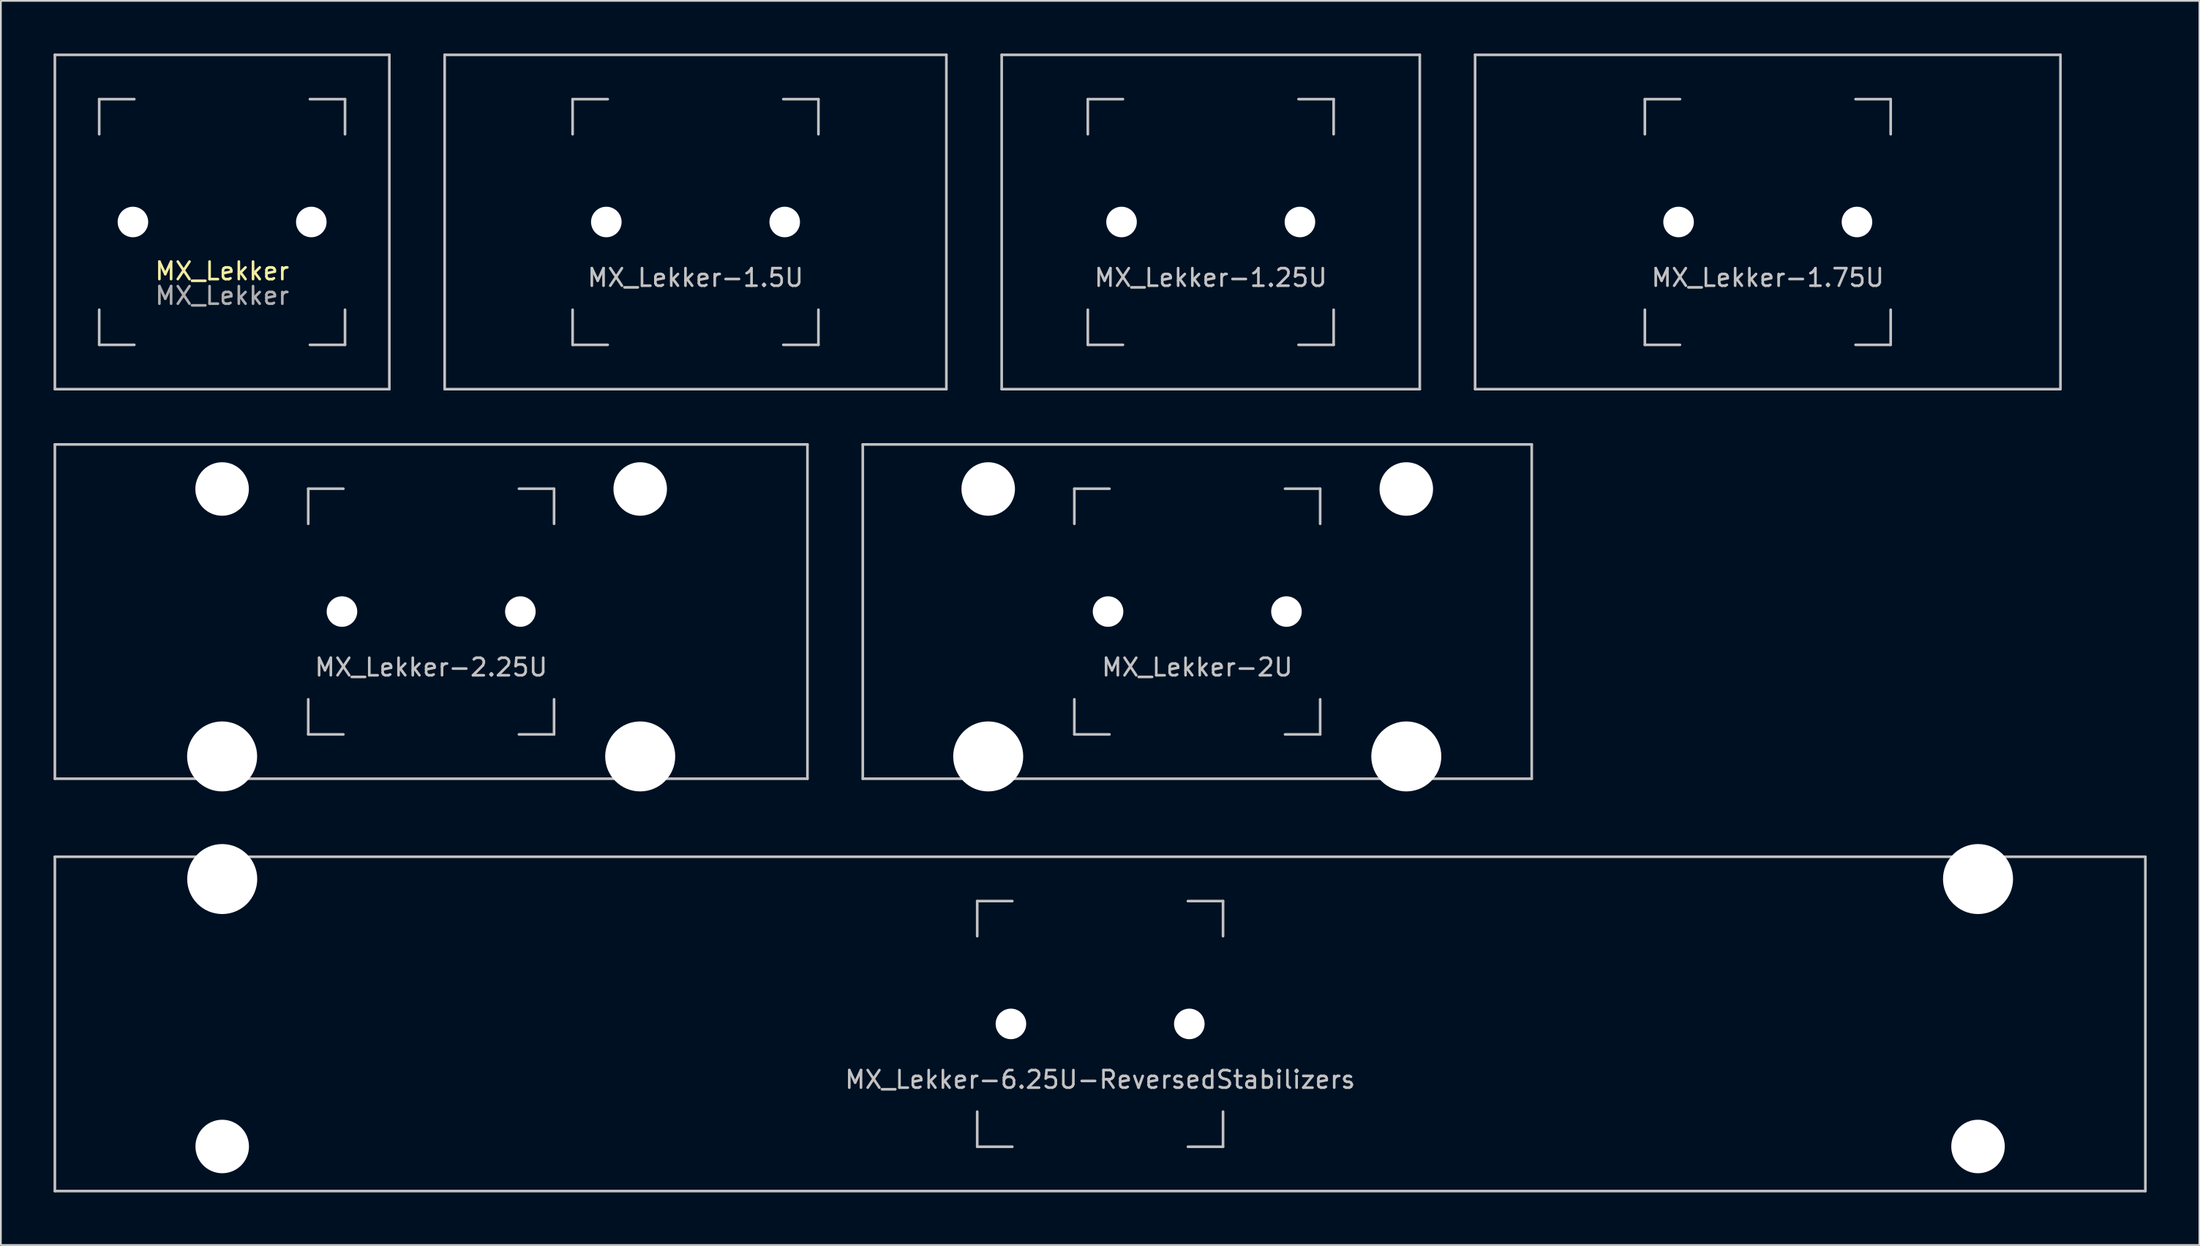
<source format=kicad_pcb>
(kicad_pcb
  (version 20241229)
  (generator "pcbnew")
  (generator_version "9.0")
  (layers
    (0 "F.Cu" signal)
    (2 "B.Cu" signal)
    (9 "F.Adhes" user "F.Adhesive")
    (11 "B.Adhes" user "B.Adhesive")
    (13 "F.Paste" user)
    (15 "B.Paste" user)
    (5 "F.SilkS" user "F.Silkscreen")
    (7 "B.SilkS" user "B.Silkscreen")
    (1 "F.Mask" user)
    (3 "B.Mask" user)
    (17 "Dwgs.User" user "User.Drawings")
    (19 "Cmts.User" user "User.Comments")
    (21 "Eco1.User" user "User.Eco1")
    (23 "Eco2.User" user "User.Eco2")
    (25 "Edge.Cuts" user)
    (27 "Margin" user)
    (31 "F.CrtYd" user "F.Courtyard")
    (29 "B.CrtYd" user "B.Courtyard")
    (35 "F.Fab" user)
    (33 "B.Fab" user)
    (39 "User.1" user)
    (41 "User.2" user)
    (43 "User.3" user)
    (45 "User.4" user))
  (footprint "MX_Lekker"
    (layer "F.Cu")
    (at 9.6 9.6)
    (property "Reference" "MX_Lekker" (at 0 2.8 0) (unlocked yes) (layer "F.SilkS") (effects (font (size 1 1) (thickness 0.15))))
    (fp_line (start -9.525 -9.525) (end 9.525 -9.525) (stroke (width 0.15) (type solid)) (layer "Dwgs.User"))
    (fp_line (start -9.525 9.525) (end -9.525 -9.525) (stroke (width 0.15) (type solid)) (layer "Dwgs.User"))
    (fp_line (start -7 -7) (end -7 -5) (stroke (width 0.15) (type solid)) (layer "Dwgs.User"))
    (fp_line (start -7 5) (end -7 7) (stroke (width 0.15) (type solid)) (layer "Dwgs.User"))
    (fp_line (start -7 7) (end -5 7) (stroke (width 0.15) (type solid)) (layer "Dwgs.User"))
    (fp_line (start -5 -7) (end -7 -7) (stroke (width 0.15) (type solid)) (layer "Dwgs.User"))
    (fp_line (start 5 -7) (end 7 -7) (stroke (width 0.15) (type solid)) (layer "Dwgs.User"))
    (fp_line (start 5 7) (end 7 7) (stroke (width 0.15) (type solid)) (layer "Dwgs.User"))
    (fp_line (start 7 -7) (end 7 -5) (stroke (width 0.15) (type solid)) (layer "Dwgs.User"))
    (fp_line (start 7 7) (end 7 5) (stroke (width 0.15) (type solid)) (layer "Dwgs.User"))
    (fp_line (start 9.525 -9.525) (end 9.525 9.525) (stroke (width 0.15) (type solid)) (layer "Dwgs.User"))
    (fp_line (start 9.525 9.525) (end -9.525 9.525) (stroke (width 0.15) (type solid)) (layer "Dwgs.User"))
    (fp_text user "${REFERENCE}" (at 0 4.2 0) (unlocked yes) (layer "F.Fab") (effects (font (size 1 1) (thickness 0.15))))
    (pad "" np_thru_hole circle (at -5.08 0 48.099) (size 1.74 1.74) (drill 1.74) (layers "*.Cu" "*.Mask"))
    (pad "" np_thru_hole circle (at 5.08 0 48.099) (size 1.74 1.74) (drill 1.74) (layers "*.Cu" "*.Mask")))
  (footprint "MX_Lekker-1.25U"
    (layer "F.Cu")
    (at 65.906 9.6)
    (property "Reference" "MX_Lekker-1.25U" (at 0 3.175 0) (layer "Dwgs.User") (effects (font (size 1 1) (thickness 0.15))))
    (attr through_hole)
    (fp_line (start -11.906 -9.525) (end 11.906 -9.525) (stroke (width 0.15) (type solid)) (layer "Dwgs.User"))
    (fp_line (start -11.906 9.525) (end -11.906 -9.525) (stroke (width 0.15) (type solid)) (layer "Dwgs.User"))
    (fp_line (start -11.906 9.525) (end 11.906 9.525) (stroke (width 0.15) (type solid)) (layer "Dwgs.User"))
    (fp_line (start -7 -7) (end -7 -5) (stroke (width 0.15) (type solid)) (layer "Dwgs.User"))
    (fp_line (start -7 5) (end -7 7) (stroke (width 0.15) (type solid)) (layer "Dwgs.User"))
    (fp_line (start -7 7) (end -5 7) (stroke (width 0.15) (type solid)) (layer "Dwgs.User"))
    (fp_line (start -5 -7) (end -7 -7) (stroke (width 0.15) (type solid)) (layer "Dwgs.User"))
    (fp_line (start 5 -7) (end 7 -7) (stroke (width 0.15) (type solid)) (layer "Dwgs.User"))
    (fp_line (start 5 7) (end 7 7) (stroke (width 0.15) (type solid)) (layer "Dwgs.User"))
    (fp_line (start 7 -7) (end 7 -5) (stroke (width 0.15) (type solid)) (layer "Dwgs.User"))
    (fp_line (start 7 7) (end 7 5) (stroke (width 0.15) (type solid)) (layer "Dwgs.User"))
    (fp_line (start 11.906 -9.525) (end 11.906 9.525) (stroke (width 0.15) (type solid)) (layer "Dwgs.User"))
    (pad "" np_thru_hole circle (at -5.08 0 48.099) (size 1.74 1.74) (drill 1.74) (layers "*.Cu" "*.Mask"))
    (pad "" np_thru_hole circle (at 5.08 0 48.099) (size 1.74 1.74) (drill 1.74) (layers "*.Cu" "*.Mask")))
  (footprint "MX_Lekker-6.25U-ReversedStabilizers"
    (layer "F.Cu")
    (at 59.606 55.298)
    (property "Reference" "MX_Lekker-6.25U-ReversedStabilizers" (at 0 3.175 0) (layer "Dwgs.User") (effects (font (size 1 1) (thickness 0.15))))
    (attr through_hole)
    (fp_line (start -59.531 -9.525) (end 59.531 -9.525) (stroke (width 0.15) (type solid)) (layer "Dwgs.User"))
    (fp_line (start -59.531 9.525) (end -59.531 -9.525) (stroke (width 0.15) (type solid)) (layer "Dwgs.User"))
    (fp_line (start -59.531 9.525) (end 59.531 9.525) (stroke (width 0.15) (type solid)) (layer "Dwgs.User"))
    (fp_line (start -7 -7) (end -7 -5) (stroke (width 0.15) (type solid)) (layer "Dwgs.User"))
    (fp_line (start -7 5) (end -7 7) (stroke (width 0.15) (type solid)) (layer "Dwgs.User"))
    (fp_line (start -7 7) (end -5 7) (stroke (width 0.15) (type solid)) (layer "Dwgs.User"))
    (fp_line (start -5 -7) (end -7 -7) (stroke (width 0.15) (type solid)) (layer "Dwgs.User"))
    (fp_line (start 5 -7) (end 7 -7) (stroke (width 0.15) (type solid)) (layer "Dwgs.User"))
    (fp_line (start 5 7) (end 7 7) (stroke (width 0.15) (type solid)) (layer "Dwgs.User"))
    (fp_line (start 7 -7) (end 7 -5) (stroke (width 0.15) (type solid)) (layer "Dwgs.User"))
    (fp_line (start 7 7) (end 7 5) (stroke (width 0.15) (type solid)) (layer "Dwgs.User"))
    (fp_line (start 59.531 -9.525) (end 59.531 9.525) (stroke (width 0.15) (type solid)) (layer "Dwgs.User"))
    (pad "" np_thru_hole circle (at -50 -8.255) (size 3.988 3.988) (drill 3.988) (layers "*.Cu" "*.Mask"))
    (pad "" np_thru_hole circle (at -50 6.985) (size 3.048 3.048) (drill 3.048) (layers "*.Cu" "*.Mask"))
    (pad "" np_thru_hole circle (at -5.08 0 48.099) (size 1.74 1.74) (drill 1.74) (layers "*.Cu" "*.Mask"))
    (pad "" np_thru_hole circle (at 5.08 0 48.099) (size 1.74 1.74) (drill 1.74) (layers "*.Cu" "*.Mask"))
    (pad "" np_thru_hole circle (at 50 -8.255) (size 3.988 3.988) (drill 3.988) (layers "*.Cu" "*.Mask"))
    (pad "" np_thru_hole circle (at 50 6.985) (size 3.048 3.048) (drill 3.048) (layers "*.Cu" "*.Mask")))
  (footprint "MX_Lekker-2U"
    (layer "F.Cu")
    (at 65.138 31.8)
    (property "Reference" "MX_Lekker-2U" (at 0 3.175 0) (layer "Dwgs.User") (effects (font (size 1 1) (thickness 0.15))))
    (attr through_hole)
    (fp_line (start -19.05 -9.525) (end 19.05 -9.525) (stroke (width 0.15) (type solid)) (layer "Dwgs.User"))
    (fp_line (start -19.05 9.525) (end -19.05 -9.525) (stroke (width 0.15) (type solid)) (layer "Dwgs.User"))
    (fp_line (start -19.05 9.525) (end 19.05 9.525) (stroke (width 0.15) (type solid)) (layer "Dwgs.User"))
    (fp_line (start -7 -7) (end -7 -5) (stroke (width 0.15) (type solid)) (layer "Dwgs.User"))
    (fp_line (start -7 5) (end -7 7) (stroke (width 0.15) (type solid)) (layer "Dwgs.User"))
    (fp_line (start -7 7) (end -5 7) (stroke (width 0.15) (type solid)) (layer "Dwgs.User"))
    (fp_line (start -5 -7) (end -7 -7) (stroke (width 0.15) (type solid)) (layer "Dwgs.User"))
    (fp_line (start 5 -7) (end 7 -7) (stroke (width 0.15) (type solid)) (layer "Dwgs.User"))
    (fp_line (start 5 7) (end 7 7) (stroke (width 0.15) (type solid)) (layer "Dwgs.User"))
    (fp_line (start 7 -7) (end 7 -5) (stroke (width 0.15) (type solid)) (layer "Dwgs.User"))
    (fp_line (start 7 7) (end 7 5) (stroke (width 0.15) (type solid)) (layer "Dwgs.User"))
    (fp_line (start 19.05 -9.525) (end 19.05 9.525) (stroke (width 0.15) (type solid)) (layer "Dwgs.User"))
    (pad "" np_thru_hole circle (at -11.906 -6.985) (size 3.048 3.048) (drill 3.048) (layers "*.Cu" "*.Mask"))
    (pad "" np_thru_hole circle (at -11.906 8.255) (size 3.988 3.988) (drill 3.988) (layers "*.Cu" "*.Mask"))
    (pad "" np_thru_hole circle (at -5.08 0 48.099) (size 1.74 1.74) (drill 1.74) (layers "*.Cu" "*.Mask"))
    (pad "" np_thru_hole circle (at 5.08 0 48.099) (size 1.74 1.74) (drill 1.74) (layers "*.Cu" "*.Mask"))
    (pad "" np_thru_hole circle (at 11.906 -6.985) (size 3.048 3.048) (drill 3.048) (layers "*.Cu" "*.Mask"))
    (pad "" np_thru_hole circle (at 11.906 8.255) (size 3.988 3.988) (drill 3.988) (layers "*.Cu" "*.Mask")))
  (footprint "MX_Lekker-1.75U"
    (layer "F.Cu")
    (at 97.631 9.6)
    (property "Reference" "MX_Lekker-1.75U" (at 0 3.175 0) (layer "Dwgs.User") (effects (font (size 1 1) (thickness 0.15))))
    (attr through_hole)
    (fp_line (start -16.669 -9.525) (end 16.669 -9.525) (stroke (width 0.15) (type solid)) (layer "Dwgs.User"))
    (fp_line (start -16.669 9.525) (end -16.669 -9.525) (stroke (width 0.15) (type solid)) (layer "Dwgs.User"))
    (fp_line (start -16.669 9.525) (end 16.669 9.525) (stroke (width 0.15) (type solid)) (layer "Dwgs.User"))
    (fp_line (start -7 -7) (end -7 -5) (stroke (width 0.15) (type solid)) (layer "Dwgs.User"))
    (fp_line (start -7 5) (end -7 7) (stroke (width 0.15) (type solid)) (layer "Dwgs.User"))
    (fp_line (start -7 7) (end -5 7) (stroke (width 0.15) (type solid)) (layer "Dwgs.User"))
    (fp_line (start -5 -7) (end -7 -7) (stroke (width 0.15) (type solid)) (layer "Dwgs.User"))
    (fp_line (start 5 -7) (end 7 -7) (stroke (width 0.15) (type solid)) (layer "Dwgs.User"))
    (fp_line (start 5 7) (end 7 7) (stroke (width 0.15) (type solid)) (layer "Dwgs.User"))
    (fp_line (start 7 -7) (end 7 -5) (stroke (width 0.15) (type solid)) (layer "Dwgs.User"))
    (fp_line (start 7 7) (end 7 5) (stroke (width 0.15) (type solid)) (layer "Dwgs.User"))
    (fp_line (start 16.669 -9.525) (end 16.669 9.525) (stroke (width 0.15) (type solid)) (layer "Dwgs.User"))
    (pad "" np_thru_hole circle (at -5.08 0 48.099) (size 1.74 1.74) (drill 1.74) (layers "*.Cu" "*.Mask"))
    (pad "" np_thru_hole circle (at 5.08 0 48.099) (size 1.74 1.74) (drill 1.74) (layers "*.Cu" "*.Mask")))
  (footprint "MX_Lekker-1.5U"
    (layer "F.Cu")
    (at 36.562 9.6)
    (property "Reference" "MX_Lekker-1.5U" (at 0 3.175 0) (layer "Dwgs.User") (effects (font (size 1 1) (thickness 0.15))))
    (attr through_hole)
    (fp_line (start -14.287 -9.525) (end 14.287 -9.525) (stroke (width 0.15) (type solid)) (layer "Dwgs.User"))
    (fp_line (start -14.287 9.525) (end -14.287 -9.525) (stroke (width 0.15) (type solid)) (layer "Dwgs.User"))
    (fp_line (start -14.287 9.525) (end 14.287 9.525) (stroke (width 0.15) (type solid)) (layer "Dwgs.User"))
    (fp_line (start -7 -7) (end -7 -5) (stroke (width 0.15) (type solid)) (layer "Dwgs.User"))
    (fp_line (start -7 5) (end -7 7) (stroke (width 0.15) (type solid)) (layer "Dwgs.User"))
    (fp_line (start -7 7) (end -5 7) (stroke (width 0.15) (type solid)) (layer "Dwgs.User"))
    (fp_line (start -5 -7) (end -7 -7) (stroke (width 0.15) (type solid)) (layer "Dwgs.User"))
    (fp_line (start 5 -7) (end 7 -7) (stroke (width 0.15) (type solid)) (layer "Dwgs.User"))
    (fp_line (start 5 7) (end 7 7) (stroke (width 0.15) (type solid)) (layer "Dwgs.User"))
    (fp_line (start 7 -7) (end 7 -5) (stroke (width 0.15) (type solid)) (layer "Dwgs.User"))
    (fp_line (start 7 7) (end 7 5) (stroke (width 0.15) (type solid)) (layer "Dwgs.User"))
    (fp_line (start 14.287 -9.525) (end 14.287 9.525) (stroke (width 0.15) (type solid)) (layer "Dwgs.User"))
    (pad "" np_thru_hole circle (at -5.08 0 48.099) (size 1.74 1.74) (drill 1.74) (layers "*.Cu" "*.Mask"))
    (pad "" np_thru_hole circle (at 5.08 0 48.099) (size 1.74 1.74) (drill 1.74) (layers "*.Cu" "*.Mask")))
  (footprint "MX_Lekker-2.25U"
    (layer "F.Cu")
    (at 21.506 31.8)
    (property "Reference" "MX_Lekker-2.25U" (at 0 3.175 0) (layer "Dwgs.User") (effects (font (size 1 1) (thickness 0.15))))
    (attr through_hole)
    (fp_line (start -21.431 -9.525) (end 21.431 -9.525) (stroke (width 0.15) (type solid)) (layer "Dwgs.User"))
    (fp_line (start -21.431 9.525) (end -21.431 -9.525) (stroke (width 0.15) (type solid)) (layer "Dwgs.User"))
    (fp_line (start -21.431 9.525) (end 21.431 9.525) (stroke (width 0.15) (type solid)) (layer "Dwgs.User"))
    (fp_line (start -7 -7) (end -7 -5) (stroke (width 0.15) (type solid)) (layer "Dwgs.User"))
    (fp_line (start -7 5) (end -7 7) (stroke (width 0.15) (type solid)) (layer "Dwgs.User"))
    (fp_line (start -7 7) (end -5 7) (stroke (width 0.15) (type solid)) (layer "Dwgs.User"))
    (fp_line (start -5 -7) (end -7 -7) (stroke (width 0.15) (type solid)) (layer "Dwgs.User"))
    (fp_line (start 5 -7) (end 7 -7) (stroke (width 0.15) (type solid)) (layer "Dwgs.User"))
    (fp_line (start 5 7) (end 7 7) (stroke (width 0.15) (type solid)) (layer "Dwgs.User"))
    (fp_line (start 7 -7) (end 7 -5) (stroke (width 0.15) (type solid)) (layer "Dwgs.User"))
    (fp_line (start 7 7) (end 7 5) (stroke (width 0.15) (type solid)) (layer "Dwgs.User"))
    (fp_line (start 21.431 -9.525) (end 21.431 9.525) (stroke (width 0.15) (type solid)) (layer "Dwgs.User"))
    (pad "" np_thru_hole circle (at -11.906 -6.985) (size 3.048 3.048) (drill 3.048) (layers "*.Cu" "*.Mask"))
    (pad "" np_thru_hole circle (at -11.906 8.255) (size 3.988 3.988) (drill 3.988) (layers "*.Cu" "*.Mask"))
    (pad "" np_thru_hole circle (at -5.08 0 48.099) (size 1.74 1.74) (drill 1.74) (layers "*.Cu" "*.Mask"))
    (pad "" np_thru_hole circle (at 5.08 0 48.099) (size 1.74 1.74) (drill 1.74) (layers "*.Cu" "*.Mask"))
    (pad "" np_thru_hole circle (at 11.906 -6.985) (size 3.048 3.048) (drill 3.048) (layers "*.Cu" "*.Mask"))
    (pad "" np_thru_hole circle (at 11.906 8.255) (size 3.988 3.988) (drill 3.988) (layers "*.Cu" "*.Mask")))
  (gr_rect
    (start -3 -3)
    (end 122.213 67.898)
    (stroke (width 0.1) (type default))
    (fill no)
    (layer "Edge.Cuts")))
</source>
